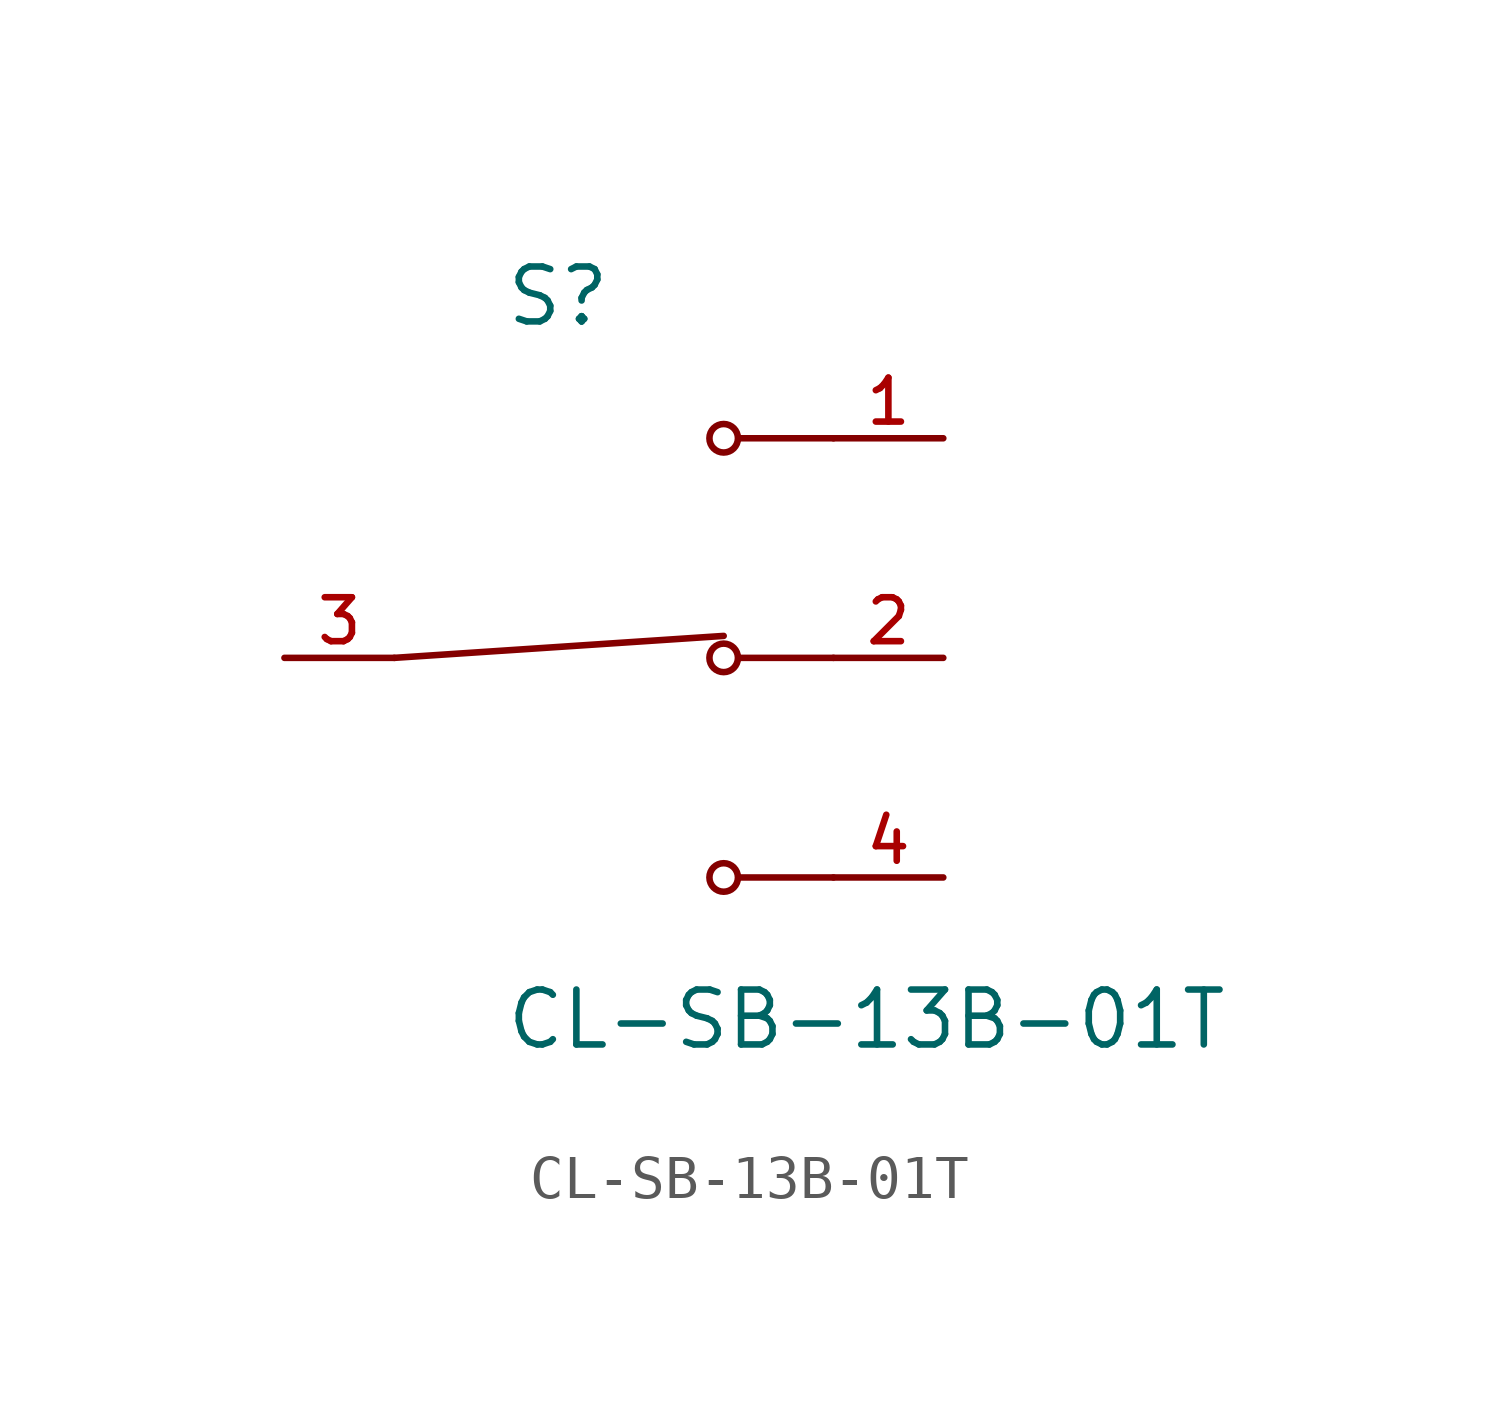
<source format=kicad_sym>
(kicad_symbol_lib
  (version 20211014)
  (generator kicad_symbol_editor)
  (symbol "CL-SB-13B-01T"
    (pin_names
      (offset 1.016))
    (property "Reference" "S"
      (at -2.54 7.62 0)
      (effects (font (size 1.27 1.27)) (justify bottom left)))
    (property "Value" "CL-SB-13B-01T"
      (at -2.54 -7.62 0)
      (effects (font (size 1.27 1.27)) (justify top left)))
    (symbol "CL-SB-13B-01T_0_0"
      (polyline (pts (xy -5.08 0.0) (xy 2.54 0.508)) (stroke (width 0.152)))
      (circle (center 2.54 5.08) (radius 0.33) (stroke (width 0.152)) (fill (type none)))
      (circle (center 2.54 0.0) (radius 0.33) (stroke (width 0.152)) (fill (type none)))
      (polyline (pts (xy 5.08 0.0) (xy 2.921 0.0)) (stroke (width 0.152)))
      (polyline (pts (xy 5.08 5.08) (xy 2.921 5.08)) (stroke (width 0.152)))
      (circle (center 2.54 -5.08) (radius 0.33) (stroke (width 0.152)) (fill (type none)))
      (polyline (pts (xy 5.08 -5.08) (xy 2.921 -5.08)) (stroke (width 0.152)))
      (pin passive line (at -7.62 0.0 0) (length 2.54) (name "~" (effects (font (size 1.016 1.016)))) (number "3" (effects (font (size 1.016 1.016)))))
      (pin passive line (at 7.62 5.08 180.0) (length 2.54) (name "~" (effects (font (size 1.016 1.016)))) (number "1" (effects (font (size 1.016 1.016)))))
      (pin passive line (at 7.62 0.0 180.0) (length 2.54) (name "~" (effects (font (size 1.016 1.016)))) (number "2" (effects (font (size 1.016 1.016)))))
      (pin passive line (at 7.62 -5.08 180.0) (length 2.54) (name "~" (effects (font (size 1.016 1.016)))) (number "4" (effects (font (size 1.016 1.016))))))))
</source>
